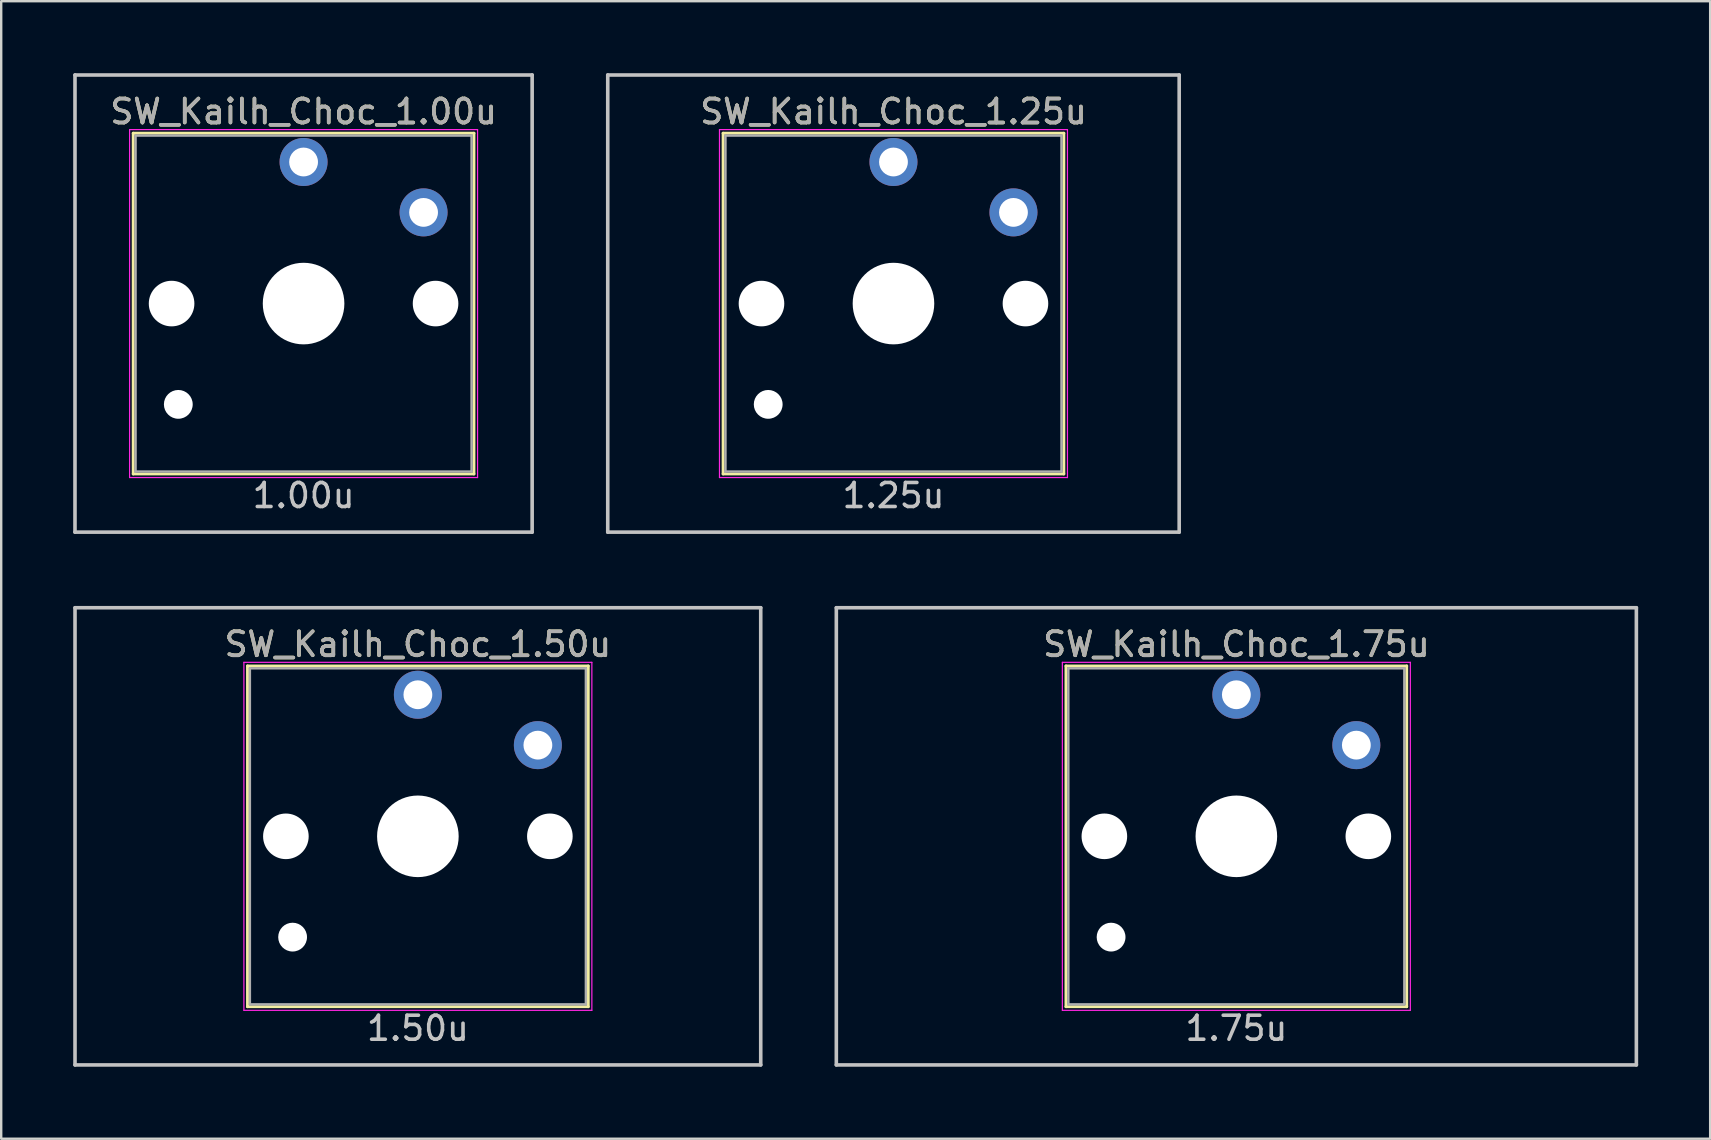
<source format=kicad_pcb>
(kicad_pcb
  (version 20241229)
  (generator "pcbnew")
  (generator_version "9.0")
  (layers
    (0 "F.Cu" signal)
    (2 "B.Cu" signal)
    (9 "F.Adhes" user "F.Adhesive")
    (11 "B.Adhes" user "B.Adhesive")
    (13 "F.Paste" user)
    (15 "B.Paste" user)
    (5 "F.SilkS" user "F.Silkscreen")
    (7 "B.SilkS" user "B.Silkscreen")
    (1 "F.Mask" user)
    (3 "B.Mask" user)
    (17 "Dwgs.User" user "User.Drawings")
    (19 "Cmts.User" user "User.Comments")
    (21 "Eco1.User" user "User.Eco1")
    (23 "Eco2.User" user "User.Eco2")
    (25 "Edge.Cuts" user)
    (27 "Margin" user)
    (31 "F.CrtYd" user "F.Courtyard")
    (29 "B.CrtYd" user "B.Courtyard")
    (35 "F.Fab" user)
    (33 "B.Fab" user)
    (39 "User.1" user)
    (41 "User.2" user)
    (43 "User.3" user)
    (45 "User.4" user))
  (footprint "SW_Kailh_Choc_1.50u"
    (layer "F.Cu")
    (at 14.363 31.8)
    (property "Reference" "SW_Kailh_Choc_1.50u" (at 0 -8 0) (layer "F.SilkS") (effects (font (size 1 1) (thickness 0.15))))
    (attr through_hole)
    (fp_line (start -7.1 -7.1) (end 7.1 -7.1) (stroke (width 0.12) (type solid)) (layer "F.SilkS"))
    (fp_line (start -7.1 7.1) (end -7.1 -7.1) (stroke (width 0.12) (type solid)) (layer "F.SilkS"))
    (fp_line (start 7.1 -7.1) (end 7.1 7.1) (stroke (width 0.12) (type solid)) (layer "F.SilkS"))
    (fp_line (start 7.1 7.1) (end -7.1 7.1) (stroke (width 0.12) (type solid)) (layer "F.SilkS"))
    (fp_line (start -14.287 -9.525) (end 14.287 -9.525) (stroke (width 0.15) (type solid)) (layer "Dwgs.User"))
    (fp_line (start -14.287 9.525) (end -14.287 -9.525) (stroke (width 0.15) (type solid)) (layer "Dwgs.User"))
    (fp_line (start 14.287 -9.525) (end 14.287 9.525) (stroke (width 0.15) (type solid)) (layer "Dwgs.User"))
    (fp_line (start 14.287 9.525) (end -14.287 9.525) (stroke (width 0.15) (type solid)) (layer "Dwgs.User"))
    (fp_line (start -7.25 -7.25) (end 7.25 -7.25) (stroke (width 0.05) (type solid)) (layer "F.CrtYd"))
    (fp_line (start -7.25 7.25) (end -7.25 -7.25) (stroke (width 0.05) (type solid)) (layer "F.CrtYd"))
    (fp_line (start 7.25 -7.25) (end 7.25 7.25) (stroke (width 0.05) (type solid)) (layer "F.CrtYd"))
    (fp_line (start 7.25 7.25) (end -7.25 7.25) (stroke (width 0.05) (type solid)) (layer "F.CrtYd"))
    (fp_line (start -7 -7) (end 7 -7) (stroke (width 0.1) (type solid)) (layer "F.Fab"))
    (fp_line (start -7 7) (end -7 -7) (stroke (width 0.1) (type solid)) (layer "F.Fab"))
    (fp_line (start 7 -7) (end 7 7) (stroke (width 0.1) (type solid)) (layer "F.Fab"))
    (fp_line (start 7 7) (end -7 7) (stroke (width 0.1) (type solid)) (layer "F.Fab"))
    (fp_text user "1.50u" (at 0 8 0) (layer "Dwgs.User") (effects (font (size 1 1) (thickness 0.15))))
    (fp_text user "${REFERENCE}" (at 0 -8 0) (layer "F.Fab") (effects (font (size 1 1) (thickness 0.15))))
    (pad "" np_thru_hole circle (at -5.5 0 48.1) (size 1.9 1.9) (drill 1.9) (layers "*.Cu" "*.Mask"))
    (pad "" np_thru_hole circle (at -5.22 4.2) (size 1.2 1.2) (drill 1.2) (layers "*.Cu" "*.Mask"))
    (pad "" np_thru_hole circle (at 0 0) (size 3.4 3.4) (drill 3.4) (layers "*.Cu" "*.Mask"))
    (pad "" np_thru_hole circle (at 5.5 0 48.1) (size 1.9 1.9) (drill 1.9) (layers "*.Cu" "*.Mask"))
    (pad "1" thru_hole circle (at 5 -3.8) (size 2 2) (drill 1.2) (layers "*.Cu" "B.Mask"))
    (pad "2" thru_hole circle (at 0 -5.9) (size 2 2) (drill 1.2) (layers "*.Cu" "B.Mask")))
  (footprint "SW_Kailh_Choc_1.75u"
    (layer "F.Cu")
    (at 48.469 31.8)
    (property "Reference" "SW_Kailh_Choc_1.75u" (at 0 -8 0) (layer "F.SilkS") (effects (font (size 1 1) (thickness 0.15))))
    (attr through_hole)
    (fp_line (start -7.1 -7.1) (end 7.1 -7.1) (stroke (width 0.12) (type solid)) (layer "F.SilkS"))
    (fp_line (start -7.1 7.1) (end -7.1 -7.1) (stroke (width 0.12) (type solid)) (layer "F.SilkS"))
    (fp_line (start 7.1 -7.1) (end 7.1 7.1) (stroke (width 0.12) (type solid)) (layer "F.SilkS"))
    (fp_line (start 7.1 7.1) (end -7.1 7.1) (stroke (width 0.12) (type solid)) (layer "F.SilkS"))
    (fp_line (start -16.669 -9.525) (end 16.669 -9.525) (stroke (width 0.15) (type solid)) (layer "Dwgs.User"))
    (fp_line (start -16.669 9.525) (end -16.669 -9.525) (stroke (width 0.15) (type solid)) (layer "Dwgs.User"))
    (fp_line (start 16.669 -9.525) (end 16.669 9.525) (stroke (width 0.15) (type solid)) (layer "Dwgs.User"))
    (fp_line (start 16.669 9.525) (end -16.669 9.525) (stroke (width 0.15) (type solid)) (layer "Dwgs.User"))
    (fp_line (start -7.25 -7.25) (end 7.25 -7.25) (stroke (width 0.05) (type solid)) (layer "F.CrtYd"))
    (fp_line (start -7.25 7.25) (end -7.25 -7.25) (stroke (width 0.05) (type solid)) (layer "F.CrtYd"))
    (fp_line (start 7.25 -7.25) (end 7.25 7.25) (stroke (width 0.05) (type solid)) (layer "F.CrtYd"))
    (fp_line (start 7.25 7.25) (end -7.25 7.25) (stroke (width 0.05) (type solid)) (layer "F.CrtYd"))
    (fp_line (start -7 -7) (end 7 -7) (stroke (width 0.1) (type solid)) (layer "F.Fab"))
    (fp_line (start -7 7) (end -7 -7) (stroke (width 0.1) (type solid)) (layer "F.Fab"))
    (fp_line (start 7 -7) (end 7 7) (stroke (width 0.1) (type solid)) (layer "F.Fab"))
    (fp_line (start 7 7) (end -7 7) (stroke (width 0.1) (type solid)) (layer "F.Fab"))
    (fp_text user "1.75u" (at 0 8 0) (layer "Dwgs.User") (effects (font (size 1 1) (thickness 0.15))))
    (fp_text user "${REFERENCE}" (at 0 -8 0) (layer "F.Fab") (effects (font (size 1 1) (thickness 0.15))))
    (pad "" np_thru_hole circle (at -5.5 0 48.1) (size 1.9 1.9) (drill 1.9) (layers "*.Cu" "*.Mask"))
    (pad "" np_thru_hole circle (at -5.22 4.2) (size 1.2 1.2) (drill 1.2) (layers "*.Cu" "*.Mask"))
    (pad "" np_thru_hole circle (at 0 0) (size 3.4 3.4) (drill 3.4) (layers "*.Cu" "*.Mask"))
    (pad "" np_thru_hole circle (at 5.5 0 48.1) (size 1.9 1.9) (drill 1.9) (layers "*.Cu" "*.Mask"))
    (pad "1" thru_hole circle (at 5 -3.8) (size 2 2) (drill 1.2) (layers "*.Cu" "B.Mask"))
    (pad "2" thru_hole circle (at 0 -5.9) (size 2 2) (drill 1.2) (layers "*.Cu" "B.Mask")))
  (footprint "SW_Kailh_Choc_1.25u"
    (layer "F.Cu")
    (at 34.181 9.6)
    (property "Reference" "SW_Kailh_Choc_1.25u" (at 0 -8 0) (layer "F.SilkS") (effects (font (size 1 1) (thickness 0.15))))
    (attr through_hole)
    (fp_line (start -7.1 -7.1) (end 7.1 -7.1) (stroke (width 0.12) (type solid)) (layer "F.SilkS"))
    (fp_line (start -7.1 7.1) (end -7.1 -7.1) (stroke (width 0.12) (type solid)) (layer "F.SilkS"))
    (fp_line (start 7.1 -7.1) (end 7.1 7.1) (stroke (width 0.12) (type solid)) (layer "F.SilkS"))
    (fp_line (start 7.1 7.1) (end -7.1 7.1) (stroke (width 0.12) (type solid)) (layer "F.SilkS"))
    (fp_line (start -11.906 -9.525) (end 11.906 -9.525) (stroke (width 0.15) (type solid)) (layer "Dwgs.User"))
    (fp_line (start -11.906 9.525) (end -11.906 -9.525) (stroke (width 0.15) (type solid)) (layer "Dwgs.User"))
    (fp_line (start 11.906 -9.525) (end 11.906 9.525) (stroke (width 0.15) (type solid)) (layer "Dwgs.User"))
    (fp_line (start 11.906 9.525) (end -11.906 9.525) (stroke (width 0.15) (type solid)) (layer "Dwgs.User"))
    (fp_line (start -7.25 -7.25) (end 7.25 -7.25) (stroke (width 0.05) (type solid)) (layer "F.CrtYd"))
    (fp_line (start -7.25 7.25) (end -7.25 -7.25) (stroke (width 0.05) (type solid)) (layer "F.CrtYd"))
    (fp_line (start 7.25 -7.25) (end 7.25 7.25) (stroke (width 0.05) (type solid)) (layer "F.CrtYd"))
    (fp_line (start 7.25 7.25) (end -7.25 7.25) (stroke (width 0.05) (type solid)) (layer "F.CrtYd"))
    (fp_line (start -7 -7) (end 7 -7) (stroke (width 0.1) (type solid)) (layer "F.Fab"))
    (fp_line (start -7 7) (end -7 -7) (stroke (width 0.1) (type solid)) (layer "F.Fab"))
    (fp_line (start 7 -7) (end 7 7) (stroke (width 0.1) (type solid)) (layer "F.Fab"))
    (fp_line (start 7 7) (end -7 7) (stroke (width 0.1) (type solid)) (layer "F.Fab"))
    (fp_text user "1.25u" (at 0 8 0) (layer "Dwgs.User") (effects (font (size 1 1) (thickness 0.15))))
    (fp_text user "${REFERENCE}" (at 0 -8 0) (layer "F.Fab") (effects (font (size 1 1) (thickness 0.15))))
    (pad "" np_thru_hole circle (at -5.5 0 48.1) (size 1.9 1.9) (drill 1.9) (layers "*.Cu" "*.Mask"))
    (pad "" np_thru_hole circle (at -5.22 4.2) (size 1.2 1.2) (drill 1.2) (layers "*.Cu" "*.Mask"))
    (pad "" np_thru_hole circle (at 0 0) (size 3.4 3.4) (drill 3.4) (layers "*.Cu" "*.Mask"))
    (pad "" np_thru_hole circle (at 5.5 0 48.1) (size 1.9 1.9) (drill 1.9) (layers "*.Cu" "*.Mask"))
    (pad "1" thru_hole circle (at 5 -3.8) (size 2 2) (drill 1.2) (layers "*.Cu" "B.Mask"))
    (pad "2" thru_hole circle (at 0 -5.9) (size 2 2) (drill 1.2) (layers "*.Cu" "B.Mask")))
  (footprint "SW_Kailh_Choc_1.00u"
    (layer "F.Cu")
    (at 9.6 9.6)
    (property "Reference" "SW_Kailh_Choc_1.00u" (at 0 -8 0) (layer "F.SilkS") (effects (font (size 1 1) (thickness 0.15))))
    (attr through_hole)
    (fp_line (start -7.1 -7.1) (end 7.1 -7.1) (stroke (width 0.12) (type solid)) (layer "F.SilkS"))
    (fp_line (start -7.1 7.1) (end -7.1 -7.1) (stroke (width 0.12) (type solid)) (layer "F.SilkS"))
    (fp_line (start 7.1 -7.1) (end 7.1 7.1) (stroke (width 0.12) (type solid)) (layer "F.SilkS"))
    (fp_line (start 7.1 7.1) (end -7.1 7.1) (stroke (width 0.12) (type solid)) (layer "F.SilkS"))
    (fp_line (start -9.525 -9.525) (end 9.525 -9.525) (stroke (width 0.15) (type solid)) (layer "Dwgs.User"))
    (fp_line (start -9.525 9.525) (end -9.525 -9.525) (stroke (width 0.15) (type solid)) (layer "Dwgs.User"))
    (fp_line (start 9.525 -9.525) (end 9.525 9.525) (stroke (width 0.15) (type solid)) (layer "Dwgs.User"))
    (fp_line (start 9.525 9.525) (end -9.525 9.525) (stroke (width 0.15) (type solid)) (layer "Dwgs.User"))
    (fp_line (start -7.25 -7.25) (end 7.25 -7.25) (stroke (width 0.05) (type solid)) (layer "F.CrtYd"))
    (fp_line (start -7.25 7.25) (end -7.25 -7.25) (stroke (width 0.05) (type solid)) (layer "F.CrtYd"))
    (fp_line (start 7.25 -7.25) (end 7.25 7.25) (stroke (width 0.05) (type solid)) (layer "F.CrtYd"))
    (fp_line (start 7.25 7.25) (end -7.25 7.25) (stroke (width 0.05) (type solid)) (layer "F.CrtYd"))
    (fp_line (start -7 -7) (end 7 -7) (stroke (width 0.1) (type solid)) (layer "F.Fab"))
    (fp_line (start -7 7) (end -7 -7) (stroke (width 0.1) (type solid)) (layer "F.Fab"))
    (fp_line (start 7 -7) (end 7 7) (stroke (width 0.1) (type solid)) (layer "F.Fab"))
    (fp_line (start 7 7) (end -7 7) (stroke (width 0.1) (type solid)) (layer "F.Fab"))
    (fp_text user "1.00u" (at 0 8 0) (layer "Dwgs.User") (effects (font (size 1 1) (thickness 0.15))))
    (fp_text user "${REFERENCE}" (at 0 -8 0) (layer "F.Fab") (effects (font (size 1 1) (thickness 0.15))))
    (pad "" np_thru_hole circle (at -5.5 0 48.1) (size 1.9 1.9) (drill 1.9) (layers "*.Cu" "*.Mask"))
    (pad "" np_thru_hole circle (at -5.22 4.2) (size 1.2 1.2) (drill 1.2) (layers "*.Cu" "*.Mask"))
    (pad "" np_thru_hole circle (at 0 0) (size 3.4 3.4) (drill 3.4) (layers "*.Cu" "*.Mask"))
    (pad "" np_thru_hole circle (at 5.5 0 48.1) (size 1.9 1.9) (drill 1.9) (layers "*.Cu" "*.Mask"))
    (pad "1" thru_hole circle (at 5 -3.8) (size 2 2) (drill 1.2) (layers "*.Cu" "B.Mask"))
    (pad "2" thru_hole circle (at 0 -5.9) (size 2 2) (drill 1.2) (layers "*.Cu" "B.Mask")))
  (gr_rect
    (start -3 -3)
    (end 68.213 44.4)
    (stroke (width 0.1) (type default))
    (fill no)
    (layer "Edge.Cuts")))
</source>
